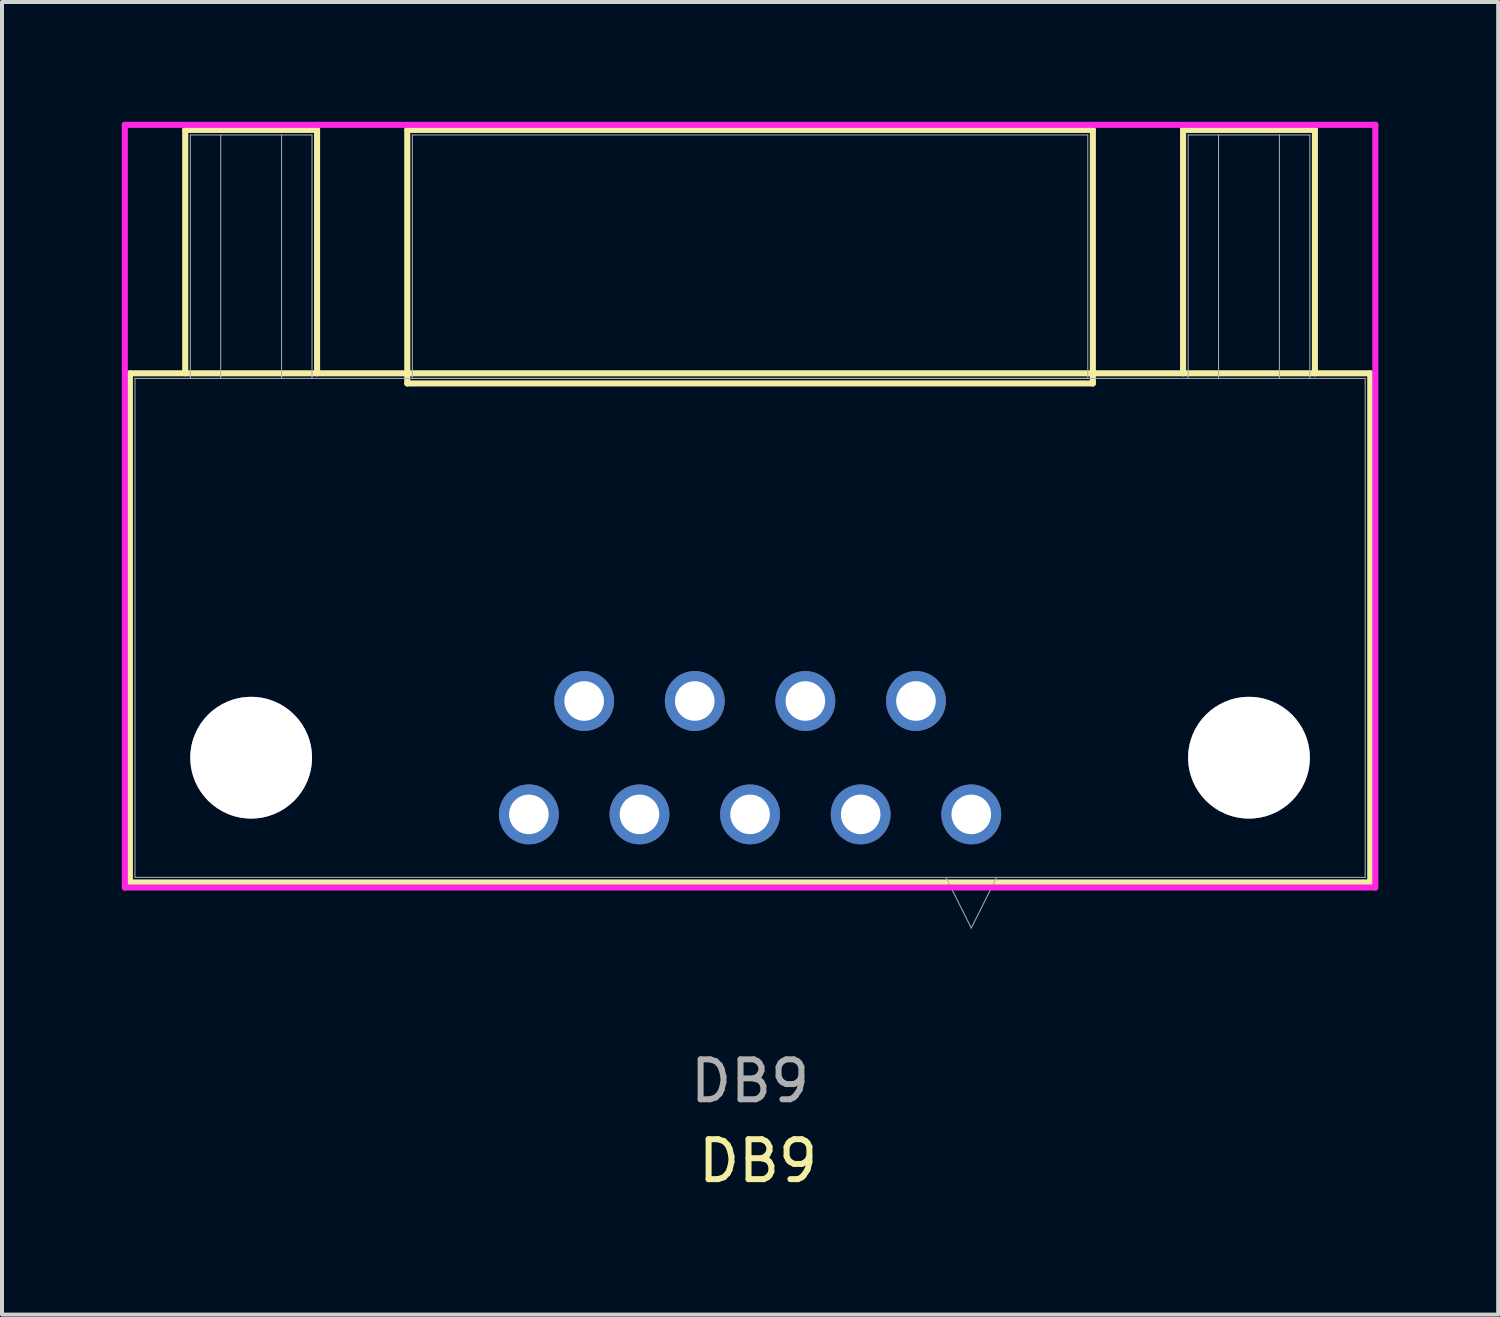
<source format=kicad_pcb>
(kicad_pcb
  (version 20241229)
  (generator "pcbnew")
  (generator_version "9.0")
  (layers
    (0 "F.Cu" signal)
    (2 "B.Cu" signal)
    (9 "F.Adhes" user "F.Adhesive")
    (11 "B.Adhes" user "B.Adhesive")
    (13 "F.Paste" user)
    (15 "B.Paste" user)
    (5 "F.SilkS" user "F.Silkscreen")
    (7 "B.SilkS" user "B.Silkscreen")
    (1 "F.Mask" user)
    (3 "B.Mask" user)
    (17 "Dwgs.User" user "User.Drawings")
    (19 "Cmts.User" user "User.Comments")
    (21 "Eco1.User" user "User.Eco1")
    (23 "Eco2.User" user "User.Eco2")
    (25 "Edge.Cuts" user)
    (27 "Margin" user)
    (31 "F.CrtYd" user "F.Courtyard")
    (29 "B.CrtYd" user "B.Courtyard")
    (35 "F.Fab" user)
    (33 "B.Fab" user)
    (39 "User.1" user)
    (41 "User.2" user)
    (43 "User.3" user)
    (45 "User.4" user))
  (footprint "DB9"
    (layer "F.Cu")
    (at 15.735 6.426)
    (property "Reference" "DB9" (at 0.2 19.6 0) (unlocked yes) (layer "F.SilkS") (effects (font (size 1 1) (thickness 0.15))))
    (attr through_hole)
    (fp_line (start -15.532 -0.127) (end -15.532 12.624) (stroke (width 0.152) (type solid)) (layer "F.SilkS"))
    (fp_line (start -15.532 12.624) (end 15.532 12.624) (stroke (width 0.152) (type solid)) (layer "F.SilkS"))
    (fp_line (start -14.146 -6.223) (end -10.844 -6.223) (stroke (width 0.152) (type solid)) (layer "F.SilkS"))
    (fp_line (start -14.146 -0.127) (end -14.146 -6.223) (stroke (width 0.152) (type solid)) (layer "F.SilkS"))
    (fp_line (start -10.844 -6.223) (end -10.844 -0.127) (stroke (width 0.152) (type solid)) (layer "F.SilkS"))
    (fp_line (start -8.585 -6.223) (end -8.585 0.127) (stroke (width 0.152) (type solid)) (layer "F.SilkS"))
    (fp_line (start -8.585 0.127) (end 8.585 0.127) (stroke (width 0.152) (type solid)) (layer "F.SilkS"))
    (fp_line (start 8.585 -6.223) (end -8.585 -6.223) (stroke (width 0.152) (type solid)) (layer "F.SilkS"))
    (fp_line (start 8.585 0.127) (end 8.585 -6.223) (stroke (width 0.152) (type solid)) (layer "F.SilkS"))
    (fp_line (start 10.844 -6.223) (end 14.146 -6.223) (stroke (width 0.152) (type solid)) (layer "F.SilkS"))
    (fp_line (start 10.844 -0.127) (end 10.844 -6.223) (stroke (width 0.152) (type solid)) (layer "F.SilkS"))
    (fp_line (start 14.146 -6.223) (end 14.146 -0.127) (stroke (width 0.152) (type solid)) (layer "F.SilkS"))
    (fp_line (start 15.532 -0.127) (end -15.532 -0.127) (stroke (width 0.152) (type solid)) (layer "F.SilkS"))
    (fp_line (start 15.532 12.624) (end 15.532 -0.127) (stroke (width 0.152) (type solid)) (layer "F.SilkS"))
    (fp_line (start -15.659 -6.35) (end -15.659 12.751) (stroke (width 0.152) (type solid)) (layer "F.CrtYd"))
    (fp_line (start -15.659 12.751) (end 15.659 12.751) (stroke (width 0.152) (type solid)) (layer "F.CrtYd"))
    (fp_line (start 15.659 -6.35) (end -15.659 -6.35) (stroke (width 0.152) (type solid)) (layer "F.CrtYd"))
    (fp_line (start 15.659 12.751) (end 15.659 -6.35) (stroke (width 0.152) (type solid)) (layer "F.CrtYd"))
    (fp_line (start -15.405 0) (end -15.405 12.497) (stroke (width 0.025) (type solid)) (layer "F.Fab"))
    (fp_line (start -15.405 12.497) (end 15.405 12.497) (stroke (width 0.025) (type solid)) (layer "F.Fab"))
    (fp_line (start -14.019 -6.096) (end -10.971 -6.096) (stroke (width 0.025) (type solid)) (layer "F.Fab"))
    (fp_line (start -14.019 0) (end -14.019 -6.096) (stroke (width 0.025) (type solid)) (layer "F.Fab"))
    (fp_line (start -13.257 0) (end -13.257 -6.096) (stroke (width 0.025) (type solid)) (layer "F.Fab"))
    (fp_line (start -11.733 -6.096) (end -11.733 0) (stroke (width 0.025) (type solid)) (layer "F.Fab"))
    (fp_line (start -10.971 -6.096) (end -10.971 0) (stroke (width 0.025) (type solid)) (layer "F.Fab"))
    (fp_line (start -8.458 -6.096) (end -8.458 0) (stroke (width 0.025) (type solid)) (layer "F.Fab"))
    (fp_line (start -8.458 0) (end 8.458 0) (stroke (width 0.025) (type solid)) (layer "F.Fab"))
    (fp_line (start 4.905 12.497) (end 5.54 13.767) (stroke (width 0.025) (type solid)) (layer "F.Fab"))
    (fp_line (start 6.175 12.497) (end 5.54 13.767) (stroke (width 0.025) (type solid)) (layer "F.Fab"))
    (fp_line (start 8.458 -6.096) (end -8.458 -6.096) (stroke (width 0.025) (type solid)) (layer "F.Fab"))
    (fp_line (start 8.458 0) (end 8.458 -6.096) (stroke (width 0.025) (type solid)) (layer "F.Fab"))
    (fp_line (start 10.971 -6.096) (end 14.019 -6.096) (stroke (width 0.025) (type solid)) (layer "F.Fab"))
    (fp_line (start 10.971 0) (end 10.971 -6.096) (stroke (width 0.025) (type solid)) (layer "F.Fab"))
    (fp_line (start 11.733 0) (end 11.733 -6.096) (stroke (width 0.025) (type solid)) (layer "F.Fab"))
    (fp_line (start 13.257 -6.096) (end 13.257 0) (stroke (width 0.025) (type solid)) (layer "F.Fab"))
    (fp_line (start 14.019 -6.096) (end 14.019 0) (stroke (width 0.025) (type solid)) (layer "F.Fab"))
    (fp_line (start 15.405 0) (end -15.405 0) (stroke (width 0.025) (type solid)) (layer "F.Fab"))
    (fp_line (start 15.405 12.497) (end 15.405 0) (stroke (width 0.025) (type solid)) (layer "F.Fab"))
    (fp_text user "${REFERENCE}" (at 0 17.6 0) (unlocked yes) (layer "F.Fab") (effects (font (size 1 1) (thickness 0.15))))
    (pad "1" thru_hole circle (at 5.54 10.92) (size 1.499 1.499) (drill 0.991) (layers "*.Cu" "*.Mask"))
    (pad "2" thru_hole circle (at 2.77 10.92) (size 1.499 1.499) (drill 0.991) (layers "*.Cu" "*.Mask"))
    (pad "3" thru_hole circle (at 0 10.92) (size 1.499 1.499) (drill 0.991) (layers "*.Cu" "*.Mask"))
    (pad "4" thru_hole circle (at -2.77 10.92) (size 1.499 1.499) (drill 0.991) (layers "*.Cu" "*.Mask"))
    (pad "5" thru_hole circle (at -5.54 10.92) (size 1.499 1.499) (drill 0.991) (layers "*.Cu" "*.Mask"))
    (pad "6" thru_hole circle (at 4.155 8.08) (size 1.499 1.499) (drill 0.991) (layers "*.Cu" "*.Mask"))
    (pad "7" thru_hole circle (at 1.385 8.08) (size 1.499 1.499) (drill 0.991) (layers "*.Cu" "*.Mask"))
    (pad "8" thru_hole circle (at -1.385 8.08) (size 1.499 1.499) (drill 0.991) (layers "*.Cu" "*.Mask"))
    (pad "9" thru_hole circle (at -4.155 8.08) (size 1.499 1.499) (drill 0.991) (layers "*.Cu" "*.Mask"))
    (pad "10" thru_hole circle (at -12.495 9.5) (size 3.048 3.048) (drill 3.048) (layers "*.Cu" "*.Mask"))
    (pad "11" thru_hole circle (at 12.495 9.5) (size 3.048 3.048) (drill 3.048) (layers "*.Cu" "*.Mask")))
  (gr_rect
    (start -3 -3)
    (end 34.471 29.874)
    (stroke (width 0.1) (type default))
    (fill no)
    (layer "Edge.Cuts")))
</source>
